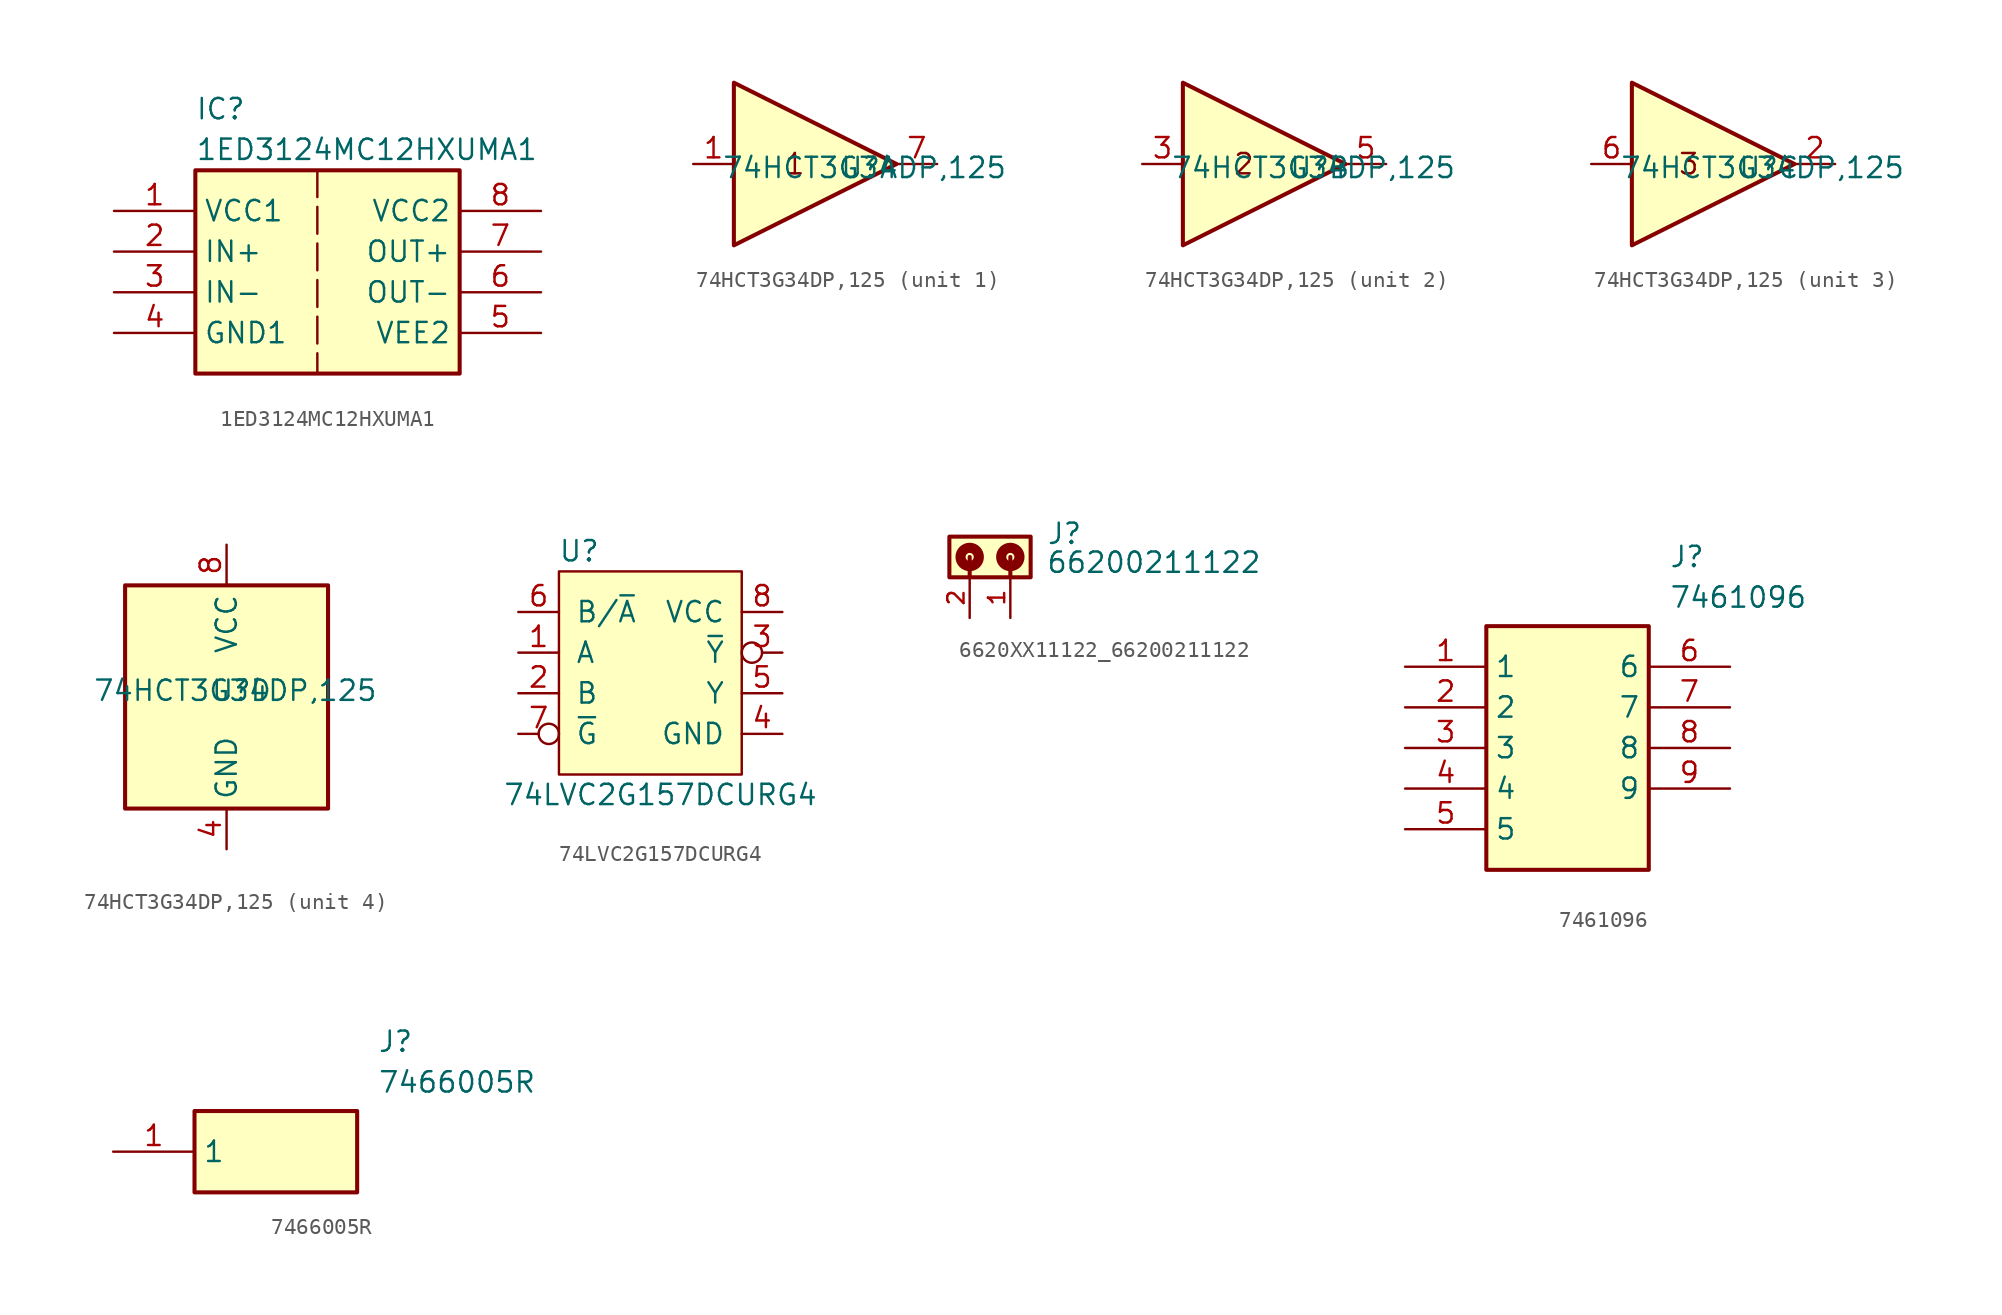
<source format=kicad_sym>
(kicad_symbol_lib
  (version 20241209)
  (generator "kicad_symbol_editor")
  (generator_version "9.0")
  (symbol "1ED3124MC12HXUMA1"
    (property "Reference" "IC"
      (at 5.08 7.112 0)
      (effects (font (size 1.27 1.27)) (justify left top)))
    (property "Value" "1ED3124MC12HXUMA1"
      (at 5.08 4.572 0)
      (effects (font (size 1.27 1.27)) (justify left top)))
    (symbol "1ED3124MC12HXUMA1_1_1"
      (rectangle (start 5.08 2.54) (end 21.59 -10.16) (stroke (width 0.254) (type default)) (fill (type background)))
      (polyline (pts (xy 12.7 2.54) (xy 12.7 -10.16)) (stroke (width 0) (type dash)) (fill (type none)))
      (pin passive line (at 0 0 0) (length 5.08) (name "VCC1" (effects (font (size 1.27 1.27)))) (number "1" (effects (font (size 1.27 1.27)))))
      (pin passive line (at 0 -2.54 0) (length 5.08) (name "IN+" (effects (font (size 1.27 1.27)))) (number "2" (effects (font (size 1.27 1.27)))))
      (pin passive line (at 0 -5.08 0) (length 5.08) (name "IN-" (effects (font (size 1.27 1.27)))) (number "3" (effects (font (size 1.27 1.27)))))
      (pin passive line (at 0 -7.62 0) (length 5.08) (name "GND1" (effects (font (size 1.27 1.27)))) (number "4" (effects (font (size 1.27 1.27)))))
      (pin passive line (at 26.67 0 180) (length 5.08) (name "VCC2" (effects (font (size 1.27 1.27)))) (number "8" (effects (font (size 1.27 1.27)))))
      (pin passive line (at 26.67 -2.54 180) (length 5.08) (name "OUT+" (effects (font (size 1.27 1.27)))) (number "7" (effects (font (size 1.27 1.27)))))
      (pin passive line (at 26.67 -5.08 180) (length 5.08) (name "OUT-" (effects (font (size 1.27 1.27)))) (number "6" (effects (font (size 1.27 1.27)))))
      (pin passive line (at 26.67 -7.62 180) (length 5.08) (name "VEE2" (effects (font (size 1.27 1.27)))) (number "5" (effects (font (size 1.27 1.27)))))))
  (symbol "74HCT3G34DP,125"
    (property "Reference" "U"
      (at -6.096 5.588 0)
      (effects (font (size 1.27 1.27)) (justify left top)))
    (property "Value" "74HCT3G34DP,125"
      (at -13.462 5.588 0)
      (effects (font (size 1.27 1.27)) (justify left top)))
    (property "ki_locked" ""
      (at 0 0 0)
      (effects (font (size 1.27 1.27))))
    (symbol "74HCT3G34DP,125_1_1"
      (polyline (pts (xy -2.54 5.08) (xy -12.7 10.16) (xy -12.7 0) (xy -2.54 5.08)) (stroke (width 0.254) (type default)) (fill (type background)))
      (text "1" (at -8.89 5.08 0) (effects (font (size 1.27 1.27))))
      (pin input line (at -15.24 5.08 0) (length 2.54) (name "" (effects (font (size 1.27 1.27)))) (number "1" (effects (font (size 1.27 1.27)))))
      (pin output line (at 0 5.08 180) (length 2.54) (name "" (effects (font (size 1.27 1.27)))) (number "7" (effects (font (size 1.27 1.27))))))
    (symbol "74HCT3G34DP,125_2_1"
      (polyline (pts (xy -2.54 5.08) (xy -12.7 10.16) (xy -12.7 0) (xy -2.54 5.08)) (stroke (width 0.254) (type default)) (fill (type background)))
      (text "2" (at -8.89 5.08 0) (effects (font (size 1.27 1.27))))
      (pin input line (at -15.24 5.08 0) (length 2.54) (name "" (effects (font (size 1.27 1.27)))) (number "3" (effects (font (size 1.27 1.27)))))
      (pin output line (at 0 5.08 180) (length 2.54) (name "" (effects (font (size 1.27 1.27)))) (number "5" (effects (font (size 1.27 1.27))))))
    (symbol "74HCT3G34DP,125_3_1"
      (polyline (pts (xy -2.54 5.08) (xy -12.7 10.16) (xy -12.7 0) (xy -2.54 5.08)) (stroke (width 0.254) (type default)) (fill (type background)))
      (text "3" (at -9.144 5.08 0) (effects (font (size 1.27 1.27))))
      (pin input line (at -15.24 5.08 0) (length 2.54) (name "" (effects (font (size 1.27 1.27)))) (number "6" (effects (font (size 1.27 1.27)))))
      (pin output line (at 0 5.08 180) (length 2.54) (name "" (effects (font (size 1.27 1.27)))) (number "2" (effects (font (size 1.27 1.27))))))
    (symbol "74HCT3G34DP,125_4_1"
      (rectangle (start -11.43 11.43) (end 1.27 -2.54) (stroke (width 0.254) (type default)) (fill (type background)))
      (pin power_in line (at -5.08 13.97 270) (length 2.54) (name "VCC" (effects (font (size 1.27 1.27)))) (number "8" (effects (font (size 1.27 1.27)))))
      (pin power_in line (at -5.08 -5.08 90) (length 2.54) (name "GND" (effects (font (size 1.27 1.27)))) (number "4" (effects (font (size 1.27 1.27)))))))
  (symbol "74LVC2G157DCURG4"
    (pin_names
      (offset 1.016))
    (property "Reference" "U"
      (at -3.81 8.89 0)
      (effects (font (size 1.27 1.27))))
    (property "Value" "74LVC2G157DCURG4"
      (at 1.27 -6.35 0)
      (effects (font (size 1.27 1.27))))
    (symbol "74LVC2G157DCURG4_0_1"
      (rectangle (start 6.35 7.62) (end -5.08 -5.08) (stroke (width 0) (type solid)) (fill (type background))))
    (symbol "74LVC2G157DCURG4_1_1"
      (pin input line (at -7.62 5.08 0) (length 2.54) (name "B/~{A}" (effects (font (size 1.27 1.27)))) (number "6" (effects (font (size 1.27 1.27)))))
      (pin input line (at -7.62 2.54 0) (length 2.54) (name "A" (effects (font (size 1.27 1.27)))) (number "1" (effects (font (size 1.27 1.27)))))
      (pin input line (at -7.62 0 0) (length 2.54) (name "B" (effects (font (size 1.27 1.27)))) (number "2" (effects (font (size 1.27 1.27)))))
      (pin input inverted (at -7.62 -2.54 0) (length 2.54) (name "~{G}" (effects (font (size 1.27 1.27)))) (number "7" (effects (font (size 1.27 1.27)))))
      (pin power_in line (at 8.89 5.08 180) (length 2.54) (name "VCC" (effects (font (size 1.27 1.27)))) (number "8" (effects (font (size 1.27 1.27)))))
      (pin output inverted (at 8.89 2.54 180) (length 2.54) (name "~{Y}" (effects (font (size 1.27 1.27)))) (number "3" (effects (font (size 1.27 1.27)))))
      (pin output line (at 8.89 0 180) (length 2.54) (name "Y" (effects (font (size 1.27 1.27)))) (number "5" (effects (font (size 1.27 1.27)))))
      (pin power_in line (at 8.89 -2.54 180) (length 2.54) (name "GND" (effects (font (size 1.27 1.27)))) (number "4" (effects (font (size 1.27 1.27)))))))
  (symbol "6620XX11122_66200211122"
    (pin_names
      (offset 1.016))
    (property "Reference" "J"
      (at 2.26 -0.555 0)
      (effects (font (size 1.27 1.27)) (justify left bottom)))
    (property "Value" "66200211122"
      (at 2.22 -2.36 0)
      (effects (font (size 1.27 1.27)) (justify left bottom)))
    (symbol "6620XX11122_66200211122_0_0"
      (rectangle (start -3.81 -2.54) (end 1.27 0) (stroke (width 0.254) (type default)) (fill (type background)))
      (circle (center -2.54 -1.27) (radius 0.254) (stroke (width 0.635) (type default)) (fill (type none)))
      (polyline (pts (xy -2.54 -1.27) (xy -2.54 -2.54)) (stroke (width 0.254) (type default)) (fill (type none)))
      (polyline (pts (xy 0 -1.27) (xy 0 -2.54)) (stroke (width 0.254) (type default)) (fill (type none)))
      (circle (center 0 -1.27) (radius 0.254) (stroke (width 0.635) (type default)) (fill (type none)))
      (pin passive line (at -2.54 -5.08 90) (length 2.54) (name "~" (effects (font (size 1.016 1.016)))) (number "2" (effects (font (size 1.016 1.016)))))
      (pin passive line (at 0 -5.08 90) (length 2.54) (name "~" (effects (font (size 1.016 1.016)))) (number "1" (effects (font (size 1.016 1.016)))))))
  (symbol "7461096"
    (property "Reference" "J"
      (at 16.51 7.62 0)
      (effects (font (size 1.27 1.27)) (justify left top)))
    (property "Value" "7461096"
      (at 16.51 5.08 0)
      (effects (font (size 1.27 1.27)) (justify left top)))
    (symbol "7461096_1_1"
      (rectangle (start 5.08 2.54) (end 15.24 -12.7) (stroke (width 0.254) (type default)) (fill (type background)))
      (pin passive line (at 0 0 0) (length 5.08) (name "1" (effects (font (size 1.27 1.27)))) (number "1" (effects (font (size 1.27 1.27)))))
      (pin passive line (at 0 -2.54 0) (length 5.08) (name "2" (effects (font (size 1.27 1.27)))) (number "2" (effects (font (size 1.27 1.27)))))
      (pin passive line (at 0 -5.08 0) (length 5.08) (name "3" (effects (font (size 1.27 1.27)))) (number "3" (effects (font (size 1.27 1.27)))))
      (pin passive line (at 0 -7.62 0) (length 5.08) (name "4" (effects (font (size 1.27 1.27)))) (number "4" (effects (font (size 1.27 1.27)))))
      (pin passive line (at 0 -10.16 0) (length 5.08) (name "5" (effects (font (size 1.27 1.27)))) (number "5" (effects (font (size 1.27 1.27)))))
      (pin passive line (at 20.32 0 180) (length 5.08) (name "6" (effects (font (size 1.27 1.27)))) (number "6" (effects (font (size 1.27 1.27)))))
      (pin passive line (at 20.32 -2.54 180) (length 5.08) (name "7" (effects (font (size 1.27 1.27)))) (number "7" (effects (font (size 1.27 1.27)))))
      (pin passive line (at 20.32 -5.08 180) (length 5.08) (name "8" (effects (font (size 1.27 1.27)))) (number "8" (effects (font (size 1.27 1.27)))))
      (pin passive line (at 20.32 -7.62 180) (length 5.08) (name "9" (effects (font (size 1.27 1.27)))) (number "9" (effects (font (size 1.27 1.27)))))))
  (symbol "7466005R"
    (property "Reference" "J"
      (at 16.51 7.62 0)
      (effects (font (size 1.27 1.27)) (justify left top)))
    (property "Value" "7466005R"
      (at 16.51 5.08 0)
      (effects (font (size 1.27 1.27)) (justify left top)))
    (symbol "7466005R_1_1"
      (rectangle (start 5.08 2.54) (end 15.24 -2.54) (stroke (width 0.254) (type default)) (fill (type background)))
      (pin passive line (at 0 0 0) (length 5.08) (name "1" (effects (font (size 1.27 1.27)))) (number "1" (effects (font (size 1.27 1.27))))))))
</source>
